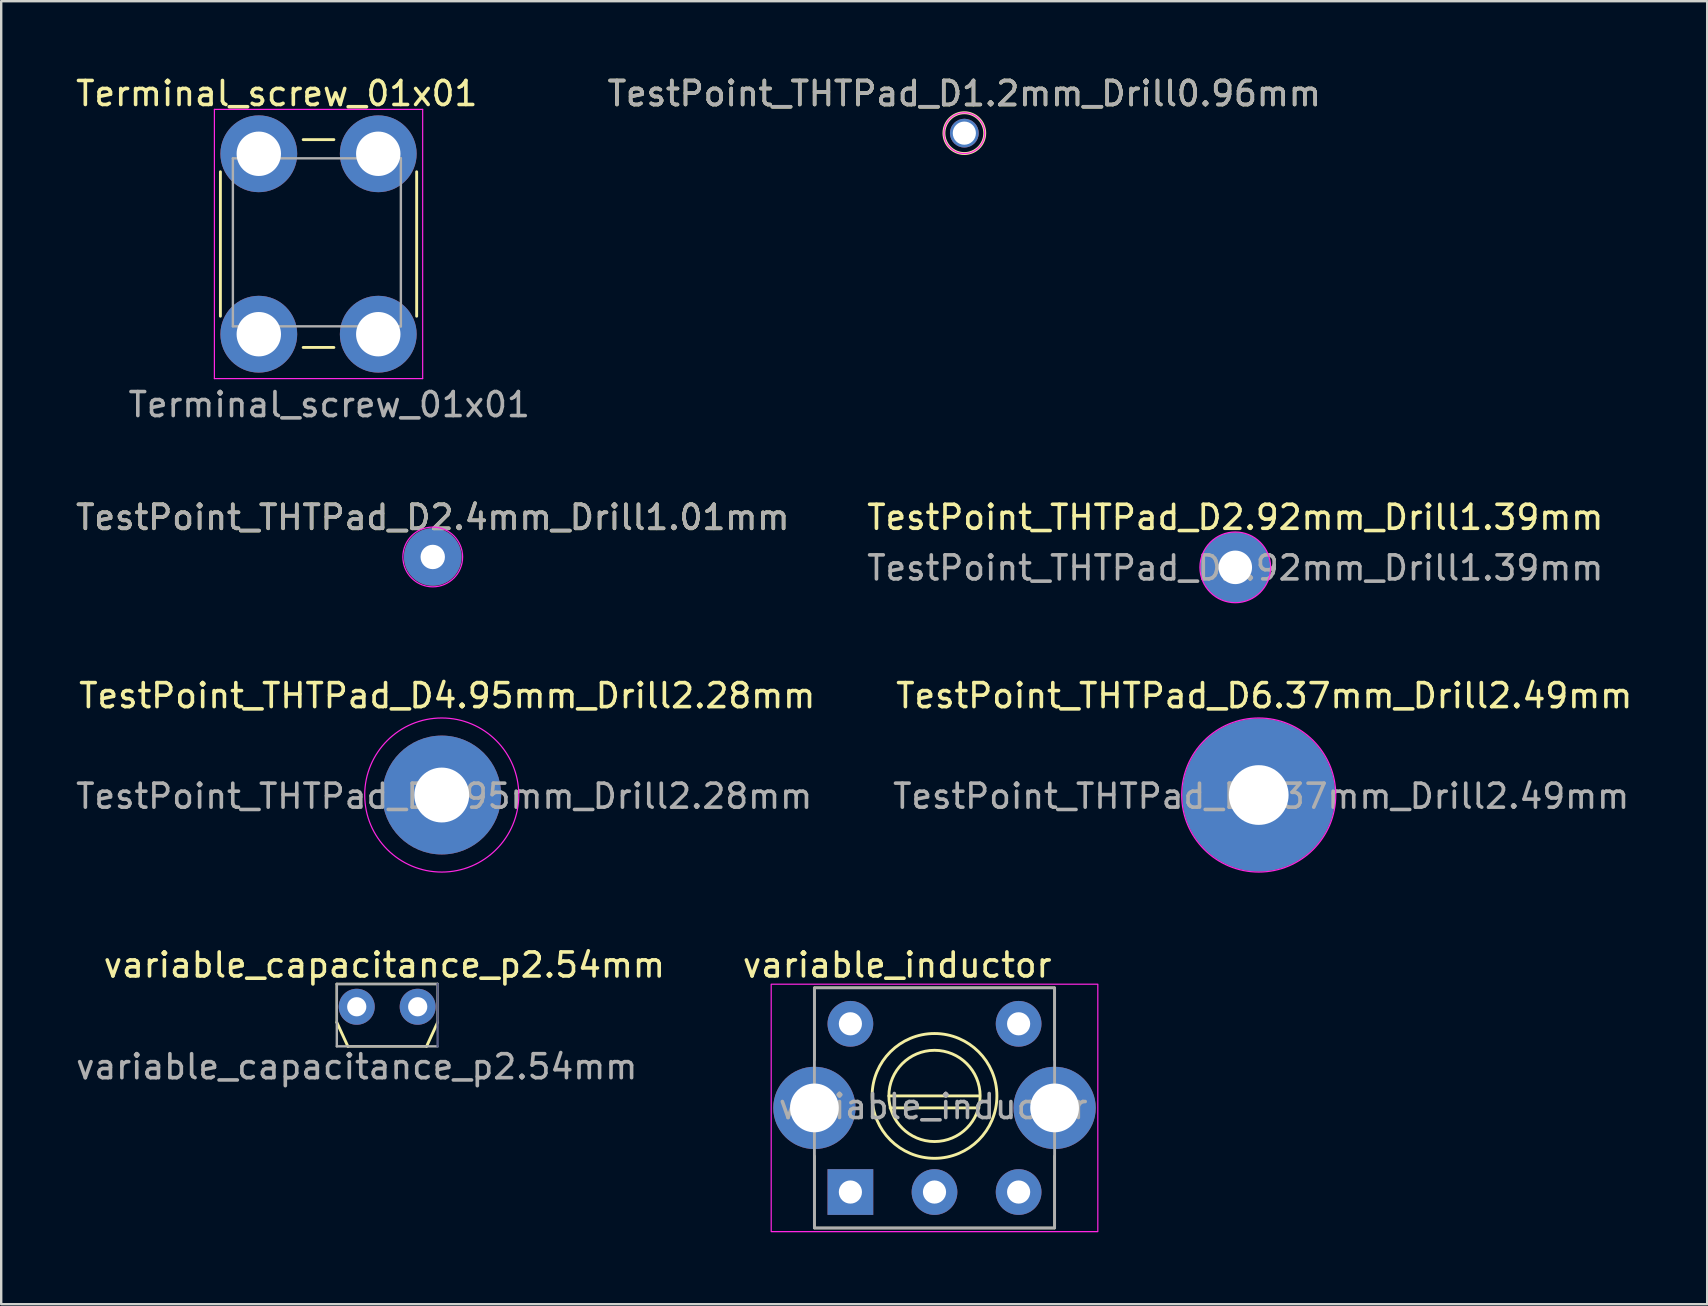
<source format=kicad_pcb>
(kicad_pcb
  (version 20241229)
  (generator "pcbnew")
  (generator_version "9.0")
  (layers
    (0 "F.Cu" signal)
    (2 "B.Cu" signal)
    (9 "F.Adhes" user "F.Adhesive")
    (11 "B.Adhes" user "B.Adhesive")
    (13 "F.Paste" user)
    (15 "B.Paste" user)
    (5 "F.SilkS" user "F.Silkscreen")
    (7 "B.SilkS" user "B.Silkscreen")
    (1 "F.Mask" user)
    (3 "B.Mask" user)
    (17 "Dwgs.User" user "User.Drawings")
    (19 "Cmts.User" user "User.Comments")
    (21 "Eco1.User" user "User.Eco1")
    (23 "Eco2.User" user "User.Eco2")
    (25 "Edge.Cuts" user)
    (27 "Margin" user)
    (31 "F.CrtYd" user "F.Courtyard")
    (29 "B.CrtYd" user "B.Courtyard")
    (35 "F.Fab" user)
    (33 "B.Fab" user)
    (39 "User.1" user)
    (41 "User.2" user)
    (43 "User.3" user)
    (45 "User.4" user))
  (footprint "variable_inductor"
    (layer "F.Cu")
    (at 32.385 46.621)
    (property "Reference" "variable_inductor" (at 1.95 -9.46 0) (unlocked yes) (layer "F.SilkS") (effects (font (size 1 1) (thickness 0.15))))
    (attr through_hole)
    (fp_line (start -1.499 -8.509) (end 8.509 -8.509) (stroke (width 0.1) (type default)) (layer "F.SilkS"))
    (fp_line (start -1.499 -5.509) (end -1.499 -8.509) (stroke (width 0.1) (type default)) (layer "F.SilkS"))
    (fp_line (start -1.499 1.499) (end -1.499 -1.501) (stroke (width 0.1) (type default)) (layer "F.SilkS"))
    (fp_line (start 1.605 -4.005) (end 5.355 -4.005) (stroke (width 0.12) (type default)) (layer "F.SilkS"))
    (fp_line (start 1.655 -3.505) (end 5.355 -3.505) (stroke (width 0.12) (type default)) (layer "F.SilkS"))
    (fp_line (start 8.509 -8.509) (end 8.509 -5.509) (stroke (width 0.1) (type default)) (layer "F.SilkS"))
    (fp_line (start 8.509 -1.501) (end 8.509 1.499) (stroke (width 0.1) (type default)) (layer "F.SilkS"))
    (fp_line (start 8.509 1.499) (end -1.499 1.499) (stroke (width 0.1) (type default)) (layer "F.SilkS"))
    (fp_circle (center 3.505 -4.005) (end 5.406 -4.005) (stroke (width 0.12) (type default)) (fill no) (layer "F.SilkS"))
    (fp_circle (center 3.505 -4.005) (end 6.105 -4.005) (stroke (width 0.12) (type default)) (fill no) (layer "F.SilkS"))
    (fp_rect (start -3.3 -8.66) (end 10.31 1.65) (stroke (width 0.05) (type default)) (fill no) (layer "F.CrtYd"))
    (fp_rect (start -1.499 -8.509) (end 8.509 1.499) (stroke (width 0.12) (type default)) (fill no) (layer "F.Fab"))
    (fp_line (start 3.505 -8.65) (end 3.505 -8.65) (stroke (width 0.1) (type default)) (layer "User.1"))
    (fp_text user "${REFERENCE}" (at 3.45 -3.56 0) (unlocked yes) (layer "F.Fab") (effects (font (size 1 1) (thickness 0.15))))
    (pad "1" thru_hole rect (at 0 0) (size 1.905 1.905) (drill 0.965) (layers "*.Cu" "*.Mask"))
    (pad "2" thru_hole circle (at 3.505 0) (size 1.905 1.905) (drill 0.965) (layers "*.Cu" "*.Mask"))
    (pad "3" thru_hole circle (at 7.01 0) (size 1.905 1.905) (drill 0.965) (layers "*.Cu" "*.Mask"))
    (pad "4" thru_hole circle (at -1.499 -3.505) (size 3.429 3.429) (drill 2.032) (layers "*.Cu" "*.Mask"))
    (pad "6" thru_hole circle (at 8.509 -3.505) (size 3.429 3.429) (drill 2.032) (layers "*.Cu" "*.Mask"))
    (pad "7" thru_hole circle (at 0 -7.01) (size 1.905 1.905) (drill 0.965) (layers "*.Cu" "*.Mask"))
    (pad "9" thru_hole circle (at 7.01 -7.01) (size 1.905 1.905) (drill 0.965) (layers "*.Cu" "*.Mask")))
  (footprint "variable_capacitance_p2.54mm"
    (layer "F.Cu")
    (at 11.815 38.901)
    (property "Reference" "variable_capacitance_p2.54mm" (at 1.15 -1.74 0) (unlocked yes) (layer "F.SilkS") (effects (font (size 1 1) (thickness 0.15))))
    (attr through_hole)
    (fp_line (start -0.83 -0.95) (end 3.37 -0.95) (stroke (width 0.1) (type default)) (layer "F.SilkS"))
    (fp_line (start -0.83 0.65) (end -0.83 -0.95) (stroke (width 0.1) (type default)) (layer "F.SilkS"))
    (fp_line (start -0.83 0.65) (end -0.37 1.65) (stroke (width 0.12) (type default)) (layer "F.SilkS"))
    (fp_line (start 2.91 1.65) (end -0.37 1.65) (stroke (width 0.1) (type default)) (layer "F.SilkS"))
    (fp_line (start 3.37 0.65) (end 2.91 1.65) (stroke (width 0.12) (type default)) (layer "F.SilkS"))
    (fp_line (start 3.37 0.65) (end 3.37 -0.95) (stroke (width 0.1) (type default)) (layer "F.SilkS"))
    (fp_line (start 3.37 1.65) (end 3.37 -0.95) (stroke (width 0.1) (type default)) (layer "B.Fab"))
    (fp_line (start -0.83 -0.95) (end 3.37 -0.95) (stroke (width 0.1) (type default)) (layer "F.Fab"))
    (fp_line (start -0.83 1.65) (end -0.83 -0.95) (stroke (width 0.1) (type default)) (layer "F.Fab"))
    (fp_line (start 3.37 1.65) (end -0.83 1.65) (stroke (width 0.1) (type default)) (layer "F.Fab"))
    (fp_text user "${REFERENCE}" (at 0 2.5 0) (unlocked yes) (layer "F.Fab") (effects (font (size 1 1) (thickness 0.15))))
    (pad "1" thru_hole circle (at 0 0) (size 1.5 1.5) (drill 0.8) (layers "*.Cu" "*.Mask"))
    (pad "2" thru_hole circle (at 2.54 0) (size 1.5 1.5) (drill 0.8) (layers "*.Cu" "*.Mask")))
  (footprint "TestPoint_THTPad_D2.4mm_Drill1.01mm"
    (layer "F.Cu")
    (at 14.982 20.158)
    (property "Reference" "TestPoint_THTPad_D2.4mm_Drill1.01mm" (at 0 -1.648 0) (layer "F.SilkS") (effects (font (size 1 1) (thickness 0.15))))
    (attr exclude_from_pos_files exclude_from_bom)
    (fp_circle (center 0 0) (end 1.245 0) (stroke (width 0.05) (type solid)) (fill no) (layer "F.CrtYd"))
    (fp_text user "${REFERENCE}" (at 0 -1.65 0) (layer "F.Fab") (effects (font (size 1 1) (thickness 0.15))))
    (pad "1" thru_hole circle (at 0 0) (size 2.4 2.4) (drill 1.016) (layers "*.Cu" "*.Mask")))
  (footprint "TestPoint_THTPad_D4.95mm_Drill2.28mm"
    (layer "F.Cu")
    (at 15.357 30.078)
    (property "Reference" "TestPoint_THTPad_D4.95mm_Drill2.28mm" (at 0.229 -4.14 0) (layer "F.SilkS") (effects (font (size 1 1) (thickness 0.15))))
    (attr exclude_from_pos_files exclude_from_bom)
    (fp_circle (center 0 0) (end 3.21 0) (stroke (width 0.05) (type solid)) (fill no) (layer "F.CrtYd"))
    (fp_text user "${REFERENCE}" (at 0.102 0.051 0) (layer "F.Fab") (effects (font (size 1 1) (thickness 0.15))))
    (pad "1" thru_hole circle (at 0 0) (size 4.953 4.953) (drill 2.286) (layers "*.Cu" "*.Mask")))
  (footprint "Terminal_screw_01x01"
    (layer "F.Cu")
    (at 11.112 3.358)
    (property "Reference" "Terminal_screw_01x01" (at -2.63 -2.51 0) (layer "F.SilkS") (effects (font (size 1 1) (thickness 0.15))))
    (attr smd)
    (fp_line (start -4.978 6.768) (end -4.978 0.75) (stroke (width 0.12) (type default)) (layer "F.SilkS"))
    (fp_line (start -1.528 -0.59) (end -0.25 -0.59) (stroke (width 0.12) (type default)) (layer "F.SilkS"))
    (fp_line (start -0.25 8.07) (end -1.528 8.07) (stroke (width 0.12) (type default)) (layer "F.SilkS"))
    (fp_line (start 3.2 0.75) (end 3.2 6.768) (stroke (width 0.12) (type default)) (layer "F.SilkS"))
    (fp_line (start -5.228 -1.85) (end 3.45 -1.85) (stroke (width 0.05) (type solid)) (layer "F.CrtYd"))
    (fp_line (start -5.228 9.368) (end -5.228 -1.85) (stroke (width 0.05) (type solid)) (layer "F.CrtYd"))
    (fp_line (start 3.45 -1.85) (end 3.45 9.368) (stroke (width 0.05) (type solid)) (layer "F.CrtYd"))
    (fp_line (start 3.45 9.368) (end -5.228 9.368) (stroke (width 0.05) (type solid)) (layer "F.CrtYd"))
    (fp_line (start -4.458 0.19) (end 2.542 0.19) (stroke (width 0.1) (type solid)) (layer "F.Fab"))
    (fp_line (start -4.458 7.19) (end -4.458 0.19) (stroke (width 0.1) (type solid)) (layer "F.Fab"))
    (fp_line (start 2.542 0.19) (end 2.542 7.19) (stroke (width 0.1) (type solid)) (layer "F.Fab"))
    (fp_line (start 2.542 7.19) (end -4.458 7.19) (stroke (width 0.1) (type solid)) (layer "F.Fab"))
    (fp_text user "${REFERENCE}" (at -0.443 10.453 0) (layer "F.Fab") (effects (font (size 1 1) (thickness 0.15))))
    (pad "" smd circle (at -3.378 7.518) (size 3.1 3.1) (layers "F.Paste"))
    (pad "1" thru_hole circle (at -3.378 0) (size 3.2 3.2) (drill 1.85) (layers "*.Cu" "*.Mask"))
    (pad "1" thru_hole circle (at -3.378 7.518) (size 3.2 3.2) (drill 1.85) (layers "*.Cu" "*.Mask"))
    (pad "1" thru_hole circle (at 1.6 0) (size 3.2 3.2) (drill 1.85) (layers "*.Cu" "*.Mask"))
    (pad "1" thru_hole circle (at 1.6 7.518) (size 3.2 3.2) (drill 1.85) (layers "*.Cu" "*.Mask")))
  (footprint "TestPoint_THTPad_D6.37mm_Drill2.49mm"
    (layer "F.Cu")
    (at 49.4 30.078)
    (property "Reference" "TestPoint_THTPad_D6.37mm_Drill2.49mm" (at 0.229 -4.14 0) (layer "F.SilkS") (effects (font (size 1 1) (thickness 0.15))))
    (attr exclude_from_pos_files exclude_from_bom)
    (fp_circle (center 0 0) (end 3.21 0) (stroke (width 0.05) (type solid)) (fill no) (layer "F.CrtYd"))
    (fp_text user "${REFERENCE}" (at 0.102 0.051 0) (layer "F.Fab") (effects (font (size 1 1) (thickness 0.15))))
    (pad "1" thru_hole circle (at 0 0) (size 6.375 6.375) (drill 2.489) (layers "*.Cu" "*.Mask")))
  (footprint "TestPoint_THTPad_D1.2mm_Drill0.96mm"
    (layer "F.Cu")
    (at 37.133 2.498)
    (property "Reference" "TestPoint_THTPad_D1.2mm_Drill0.96mm" (at 0 -1.648 0) (layer "F.SilkS") (effects (font (size 1 1) (thickness 0.15))))
    (attr exclude_from_pos_files exclude_from_bom)
    (fp_circle (center 0 0) (end 0.85 0) (stroke (width 0.12) (type solid)) (fill no) (layer "F.SilkS"))
    (fp_circle (center 0 0) (end 0.85 0) (stroke (width 0.05) (type solid)) (fill no) (layer "F.CrtYd"))
    (fp_text user "${REFERENCE}" (at 0 -1.65 0) (layer "F.Fab") (effects (font (size 1 1) (thickness 0.15))))
    (pad "1" thru_hole circle (at 0 0) (size 1.2 1.2) (drill 0.965) (layers "*.Cu" "*.Mask")))
  (footprint "TestPoint_THTPad_D2.92mm_Drill1.39mm"
    (layer "F.Cu")
    (at 48.423 20.591)
    (property "Reference" "TestPoint_THTPad_D2.92mm_Drill1.39mm" (at 0 -2.083 0) (layer "F.SilkS") (effects (font (size 1 1) (thickness 0.15))))
    (attr exclude_from_pos_files exclude_from_bom)
    (fp_circle (center 0 0) (end 1.473 -0.025) (stroke (width 0.05) (type solid)) (fill no) (layer "F.CrtYd"))
    (fp_text user "${REFERENCE}" (at 0 0.025 0) (layer "F.Fab") (effects (font (size 1 1) (thickness 0.15))))
    (pad "1" thru_hole circle (at 0 0) (size 2.921 2.921) (drill 1.397) (layers "*.Cu" "*.Mask")))
  (gr_rect
    (start -3 -3)
    (end 68.087 51.296)
    (stroke (width 0.1) (type default))
    (fill no)
    (layer "Edge.Cuts")))
</source>
